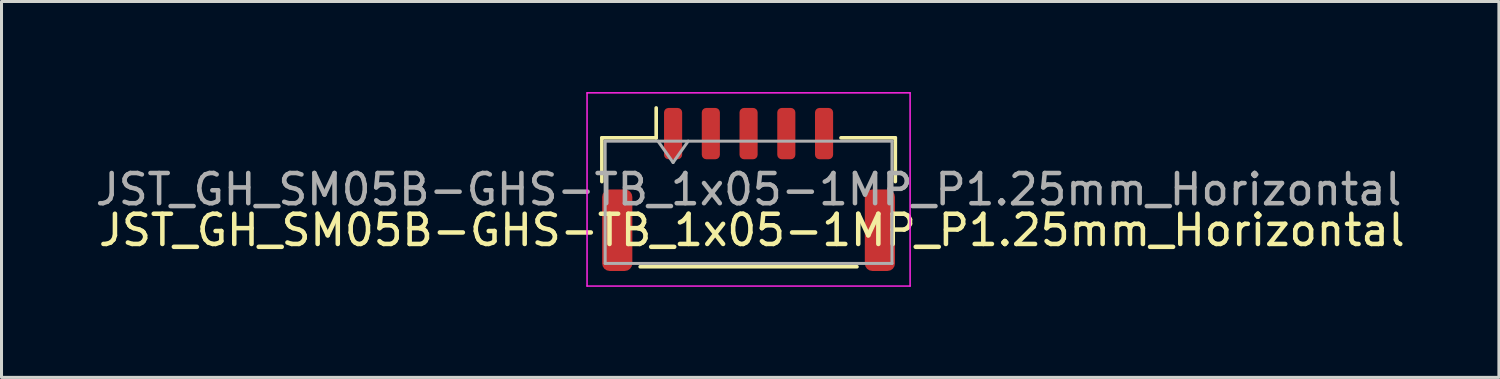
<source format=kicad_pcb>
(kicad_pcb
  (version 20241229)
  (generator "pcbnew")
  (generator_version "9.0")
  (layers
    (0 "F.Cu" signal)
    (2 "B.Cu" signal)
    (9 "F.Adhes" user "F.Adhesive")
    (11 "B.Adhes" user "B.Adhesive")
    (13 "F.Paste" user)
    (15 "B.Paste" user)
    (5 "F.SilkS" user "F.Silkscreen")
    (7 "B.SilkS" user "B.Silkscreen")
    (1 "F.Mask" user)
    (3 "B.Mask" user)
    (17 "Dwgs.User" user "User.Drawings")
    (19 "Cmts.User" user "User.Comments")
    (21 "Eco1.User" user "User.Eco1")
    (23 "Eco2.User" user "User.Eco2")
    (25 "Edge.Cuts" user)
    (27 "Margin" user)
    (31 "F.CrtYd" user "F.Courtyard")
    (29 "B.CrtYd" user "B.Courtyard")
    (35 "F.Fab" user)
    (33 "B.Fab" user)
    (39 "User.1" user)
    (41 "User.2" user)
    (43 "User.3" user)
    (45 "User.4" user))
  (footprint "JST_GH_SM05B-GHS-TB_1x05-1MP_P1.25mm_Horizontal"
    (layer "F.Cu")
    (at 21.744 3.225)
    (property "Reference" "JST_GH_SM05B-GHS-TB_1x05-1MP_P1.25mm_Horizontal" (at 0.108 1.35 0) (layer "F.SilkS") (effects (font (size 1 1) (thickness 0.15))))
    (attr smd)
    (fp_line (start -4.86 -1.71) (end -3.06 -1.71) (stroke (width 0.12) (type solid)) (layer "F.SilkS"))
    (fp_line (start -4.86 -0.26) (end -4.86 -1.71) (stroke (width 0.12) (type solid)) (layer "F.SilkS"))
    (fp_line (start -3.59 2.56) (end 3.59 2.56) (stroke (width 0.12) (type solid)) (layer "F.SilkS"))
    (fp_line (start -3.06 -1.71) (end -3.06 -2.7) (stroke (width 0.12) (type solid)) (layer "F.SilkS"))
    (fp_line (start 4.86 -1.71) (end 3.06 -1.71) (stroke (width 0.12) (type solid)) (layer "F.SilkS"))
    (fp_line (start 4.86 -0.26) (end 4.86 -1.71) (stroke (width 0.12) (type solid)) (layer "F.SilkS"))
    (fp_line (start -5.35 -3.2) (end -5.35 3.2) (stroke (width 0.05) (type solid)) (layer "F.CrtYd"))
    (fp_line (start -5.35 3.2) (end 5.35 3.2) (stroke (width 0.05) (type solid)) (layer "F.CrtYd"))
    (fp_line (start 5.35 -3.2) (end -5.35 -3.2) (stroke (width 0.05) (type solid)) (layer "F.CrtYd"))
    (fp_line (start 5.35 3.2) (end 5.35 -3.2) (stroke (width 0.05) (type solid)) (layer "F.CrtYd"))
    (fp_line (start -4.75 -1.6) (end -4.75 2.45) (stroke (width 0.1) (type solid)) (layer "F.Fab"))
    (fp_line (start -4.75 -1.6) (end 4.75 -1.6) (stroke (width 0.1) (type solid)) (layer "F.Fab"))
    (fp_line (start -4.75 2.45) (end 4.75 2.45) (stroke (width 0.1) (type solid)) (layer "F.Fab"))
    (fp_line (start -3 -1.6) (end -2.5 -0.893) (stroke (width 0.1) (type solid)) (layer "F.Fab"))
    (fp_line (start -2.5 -0.893) (end -2 -1.6) (stroke (width 0.1) (type solid)) (layer "F.Fab"))
    (fp_line (start 4.75 -1.6) (end 4.75 2.45) (stroke (width 0.1) (type solid)) (layer "F.Fab"))
    (fp_text user "${REFERENCE}" (at 0 0 0) (layer "F.Fab") (effects (font (size 1 1) (thickness 0.15))))
    (pad "1" smd roundrect (at -2.5 -1.85) (size 0.6 1.7) (layers "F.Cu" "F.Mask" "F.Paste") (roundrect_rratio 0.25))
    (pad "2" smd roundrect (at -1.25 -1.85) (size 0.6 1.7) (layers "F.Cu" "F.Mask" "F.Paste") (roundrect_rratio 0.25))
    (pad "3" smd roundrect (at 0 -1.85) (size 0.6 1.7) (layers "F.Cu" "F.Mask" "F.Paste") (roundrect_rratio 0.25))
    (pad "4" smd roundrect (at 1.25 -1.85) (size 0.6 1.7) (layers "F.Cu" "F.Mask" "F.Paste") (roundrect_rratio 0.25))
    (pad "5" smd roundrect (at 2.5 -1.85) (size 0.6 1.7) (layers "F.Cu" "F.Mask" "F.Paste") (roundrect_rratio 0.25))
    (pad "MP" smd roundrect (at -4.35 1.35) (size 1 2.7) (layers "F.Cu" "F.Mask" "F.Paste") (roundrect_rratio 0.25))
    (pad "MP" smd roundrect (at 4.35 1.35) (size 1 2.7) (layers "F.Cu" "F.Mask" "F.Paste") (roundrect_rratio 0.25)))
  (gr_rect
    (start -3 -3)
    (end 46.596 9.45)
    (stroke (width 0.1) (type default))
    (fill no)
    (layer "Edge.Cuts")))
</source>
